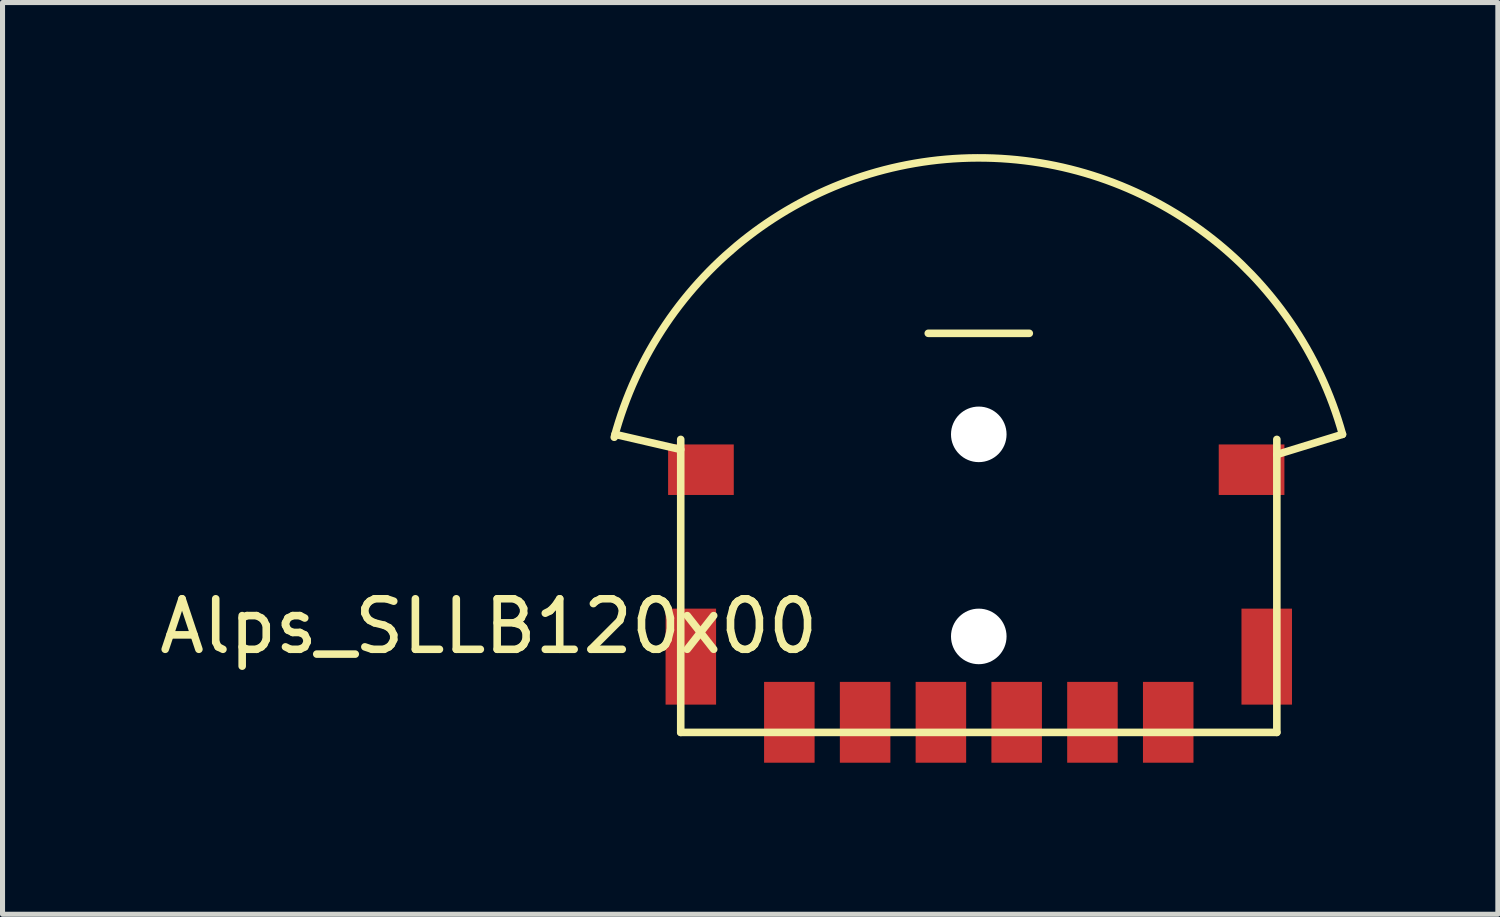
<source format=kicad_pcb>
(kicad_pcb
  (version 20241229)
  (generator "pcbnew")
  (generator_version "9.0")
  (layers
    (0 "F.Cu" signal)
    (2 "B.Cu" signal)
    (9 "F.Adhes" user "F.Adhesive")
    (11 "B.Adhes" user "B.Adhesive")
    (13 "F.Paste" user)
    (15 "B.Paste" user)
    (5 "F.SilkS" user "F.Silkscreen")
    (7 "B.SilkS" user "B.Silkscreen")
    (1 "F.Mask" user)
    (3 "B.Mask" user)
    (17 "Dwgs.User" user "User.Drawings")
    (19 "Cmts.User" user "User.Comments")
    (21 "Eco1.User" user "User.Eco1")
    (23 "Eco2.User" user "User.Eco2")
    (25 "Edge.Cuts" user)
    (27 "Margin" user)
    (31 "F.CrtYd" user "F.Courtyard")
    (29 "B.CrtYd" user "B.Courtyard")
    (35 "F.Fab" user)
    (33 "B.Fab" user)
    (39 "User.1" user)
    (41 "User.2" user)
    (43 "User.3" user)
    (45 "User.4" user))
  (footprint "Alps_SLLB120x00"
    (layer "F.Cu")
    (at 16.325 7.548)
    (property "Reference" "Alps_SLLB120x00" (at -9.7 1.8 0) (layer "F.SilkS") (effects (font (size 1 1) (thickness 0.15))))
    (attr through_hole)
    (fp_line (start -7.2 -2) (end -5.9 -1.7) (stroke (width 0.15) (type solid)) (layer "F.SilkS"))
    (fp_line (start -5.9 3.9) (end -5.9 -1.9) (stroke (width 0.15) (type solid)) (layer "F.SilkS"))
    (fp_line (start -5.9 3.9) (end 5.9 3.9) (stroke (width 0.15) (type solid)) (layer "F.SilkS"))
    (fp_line (start -1 -4) (end 1 -4) (stroke (width 0.15) (type solid)) (layer "F.SilkS"))
    (fp_line (start 5.9 3.9) (end 5.9 -1.9) (stroke (width 0.15) (type solid)) (layer "F.SilkS"))
    (fp_line (start 7.2 -2) (end 5.9 -1.6) (stroke (width 0.15) (type solid)) (layer "F.SilkS"))
    (fp_arc (start -7.215675 -1.942682) (mid -0.029711 -7.472556) (end 7.199999 -1.999999) (stroke (width 0.15) (type solid)) (layer "F.SilkS"))
    (pad "" np_thru_hole circle (at 0 -2) (size 1.1 1.1) (drill 1.1) (layers "*.Cu" "*.Mask"))
    (pad "" np_thru_hole circle (at 0 2) (size 1.1 1.1) (drill 1.1) (layers "*.Cu" "*.Mask"))
    (pad "1" smd rect (at -3.75 3.7) (size 1 1.6) (layers "F.Cu" "F.Mask" "F.Paste"))
    (pad "2" smd rect (at -2.25 3.7) (size 1 1.6) (layers "F.Cu" "F.Mask" "F.Paste"))
    (pad "3" smd rect (at 0.75 3.7) (size 1 1.6) (layers "F.Cu" "F.Mask" "F.Paste"))
    (pad "4" smd rect (at 2.25 3.7) (size 1 1.6) (layers "F.Cu" "F.Mask" "F.Paste"))
    (pad "C" smd rect (at 3.75 3.7) (size 1 1.6) (layers "F.Cu" "F.Mask" "F.Paste"))
    (pad "M1" smd trapezoid (at -5.7 2.4) (size 1 1.9) (layers "F.Cu" "F.Mask" "F.Paste"))
    (pad "M2" smd trapezoid (at 5.7 2.4) (size 1 1.9) (layers "F.Cu" "F.Mask" "F.Paste"))
    (pad "M3" smd trapezoid (at -5.5 -1.3 90) (size 1 1.3) (layers "F.Cu" "F.Mask" "F.Paste"))
    (pad "M4" smd trapezoid (at 5.4 -1.3 90) (size 1 1.3) (layers "F.Cu" "F.Mask" "F.Paste"))
    (pad "T" smd rect (at -0.75 3.7) (size 1 1.6) (layers "F.Cu" "F.Mask" "F.Paste")))
  (gr_rect
    (start -3 -3)
    (end 26.6 15.048)
    (stroke (width 0.1) (type default))
    (fill no)
    (layer "Edge.Cuts")))
</source>
